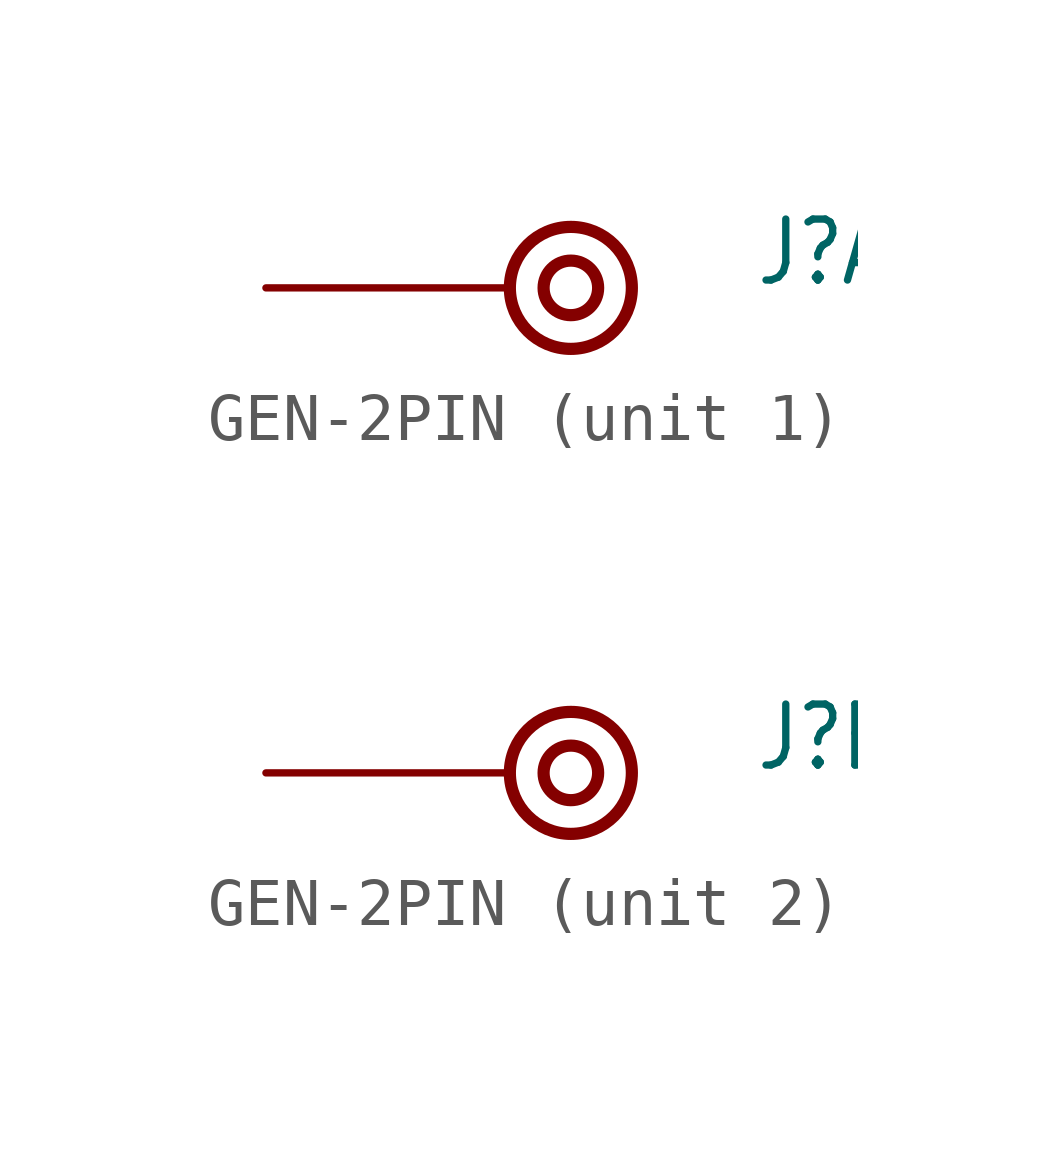
<source format=kicad_sym>
(kicad_symbol_lib
  (version 20231120)
  (generator "kicad_symbol_editor")
  (generator_version "8.0")
  (symbol "GEN-2PIN"
    (property "Reference" "J"
      (at 5.08 0 0)
      (effects (font (size 1.27 1.079)) (justify left bottom)))
    (property "Value" ""
      (at 5.08 -1.524 0)
      (effects (font (size 1.27 1.079)) (justify left bottom)))
    (property "ki_locked" ""
      (at 0 0 0)
      (effects (font (size 1.27 1.27))))
    (symbol "GEN-2PIN_1_0"
      (circle (center 1.27 0) (radius 0.568) (stroke (width 0.254) (type solid)) (fill (type none)))
      (circle (center 1.27 0) (radius 1.27) (stroke (width 0.254) (type solid)) (fill (type none)))
      (pin bidirectional line (at -5.08 0 0) (length 5.08) (name "P$1" (effects (font (size 0 0)))) (number "1" (effects (font (size 0 0))))))
    (symbol "GEN-2PIN_2_0"
      (circle (center 1.27 0) (radius 0.568) (stroke (width 0.254) (type solid)) (fill (type none)))
      (circle (center 1.27 0) (radius 1.27) (stroke (width 0.254) (type solid)) (fill (type none)))
      (pin bidirectional line (at -5.08 0 0) (length 5.08) (name "P$1" (effects (font (size 0 0)))) (number "2" (effects (font (size 0 0))))))))
</source>
